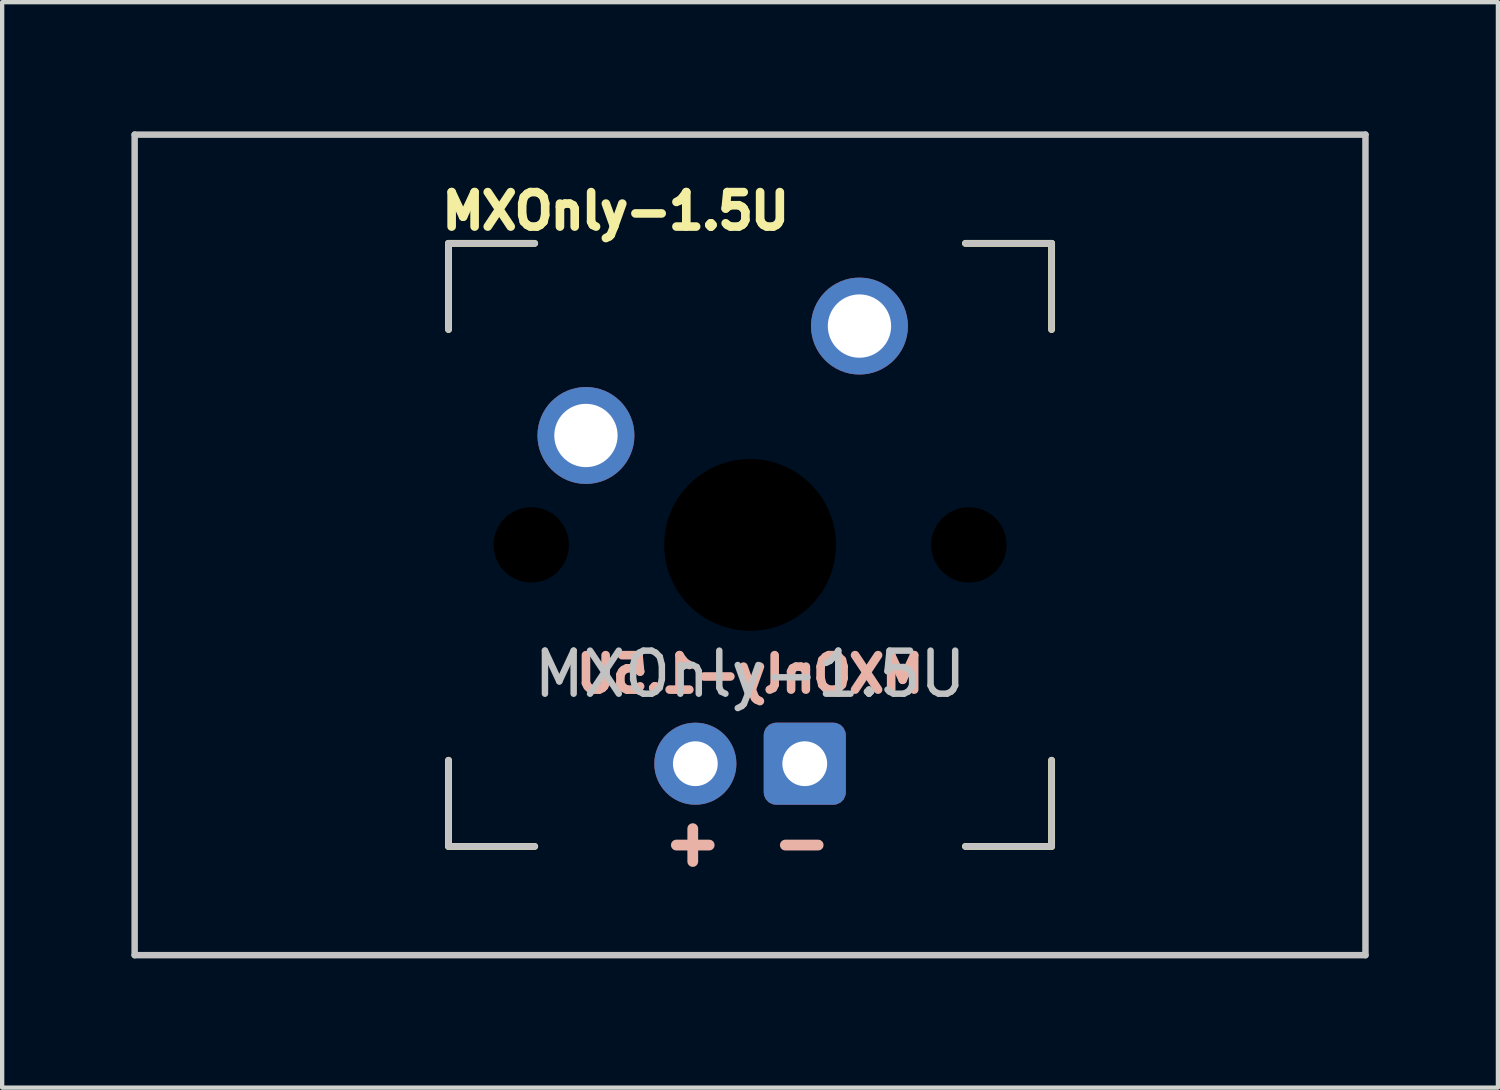
<source format=kicad_pcb>
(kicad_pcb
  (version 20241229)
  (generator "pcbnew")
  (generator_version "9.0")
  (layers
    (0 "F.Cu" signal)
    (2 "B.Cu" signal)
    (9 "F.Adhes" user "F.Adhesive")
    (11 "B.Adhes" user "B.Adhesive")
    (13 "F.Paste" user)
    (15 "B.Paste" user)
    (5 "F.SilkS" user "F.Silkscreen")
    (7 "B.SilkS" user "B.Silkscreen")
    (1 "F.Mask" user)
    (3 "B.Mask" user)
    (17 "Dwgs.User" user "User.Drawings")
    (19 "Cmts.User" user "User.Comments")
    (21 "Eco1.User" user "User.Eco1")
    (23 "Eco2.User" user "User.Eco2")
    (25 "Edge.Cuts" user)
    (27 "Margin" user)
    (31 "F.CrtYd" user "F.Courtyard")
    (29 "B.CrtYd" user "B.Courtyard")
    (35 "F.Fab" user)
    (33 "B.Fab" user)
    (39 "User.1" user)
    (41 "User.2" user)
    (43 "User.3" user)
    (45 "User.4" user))
  (footprint "MXOnly-1.5U"
    (layer "F.Cu")
    (at 14.363 9.6)
    (property "Reference" "MXOnly-1.5U" (at 0 3 0) (layer "Dwgs.User") (effects (font (size 1 1) (thickness 0.15))))
    (attr through_hole)
    (fp_line (start -7 -7) (end -5 -7) (stroke (width 0.16) (type solid)) (layer "F.SilkS"))
    (fp_line (start -7 -5) (end -7 -7) (stroke (width 0.16) (type solid)) (layer "F.SilkS"))
    (fp_line (start -7 5) (end -7 7) (stroke (width 0.16) (type solid)) (layer "F.SilkS"))
    (fp_line (start -7 7) (end -5 7) (stroke (width 0.16) (type solid)) (layer "F.SilkS"))
    (fp_line (start 5 -7) (end 7 -7) (stroke (width 0.16) (type solid)) (layer "F.SilkS"))
    (fp_line (start 5 7) (end 7 7) (stroke (width 0.16) (type solid)) (layer "F.SilkS"))
    (fp_line (start 7 -7) (end 7 -5) (stroke (width 0.16) (type solid)) (layer "F.SilkS"))
    (fp_line (start 7 7) (end 7 5) (stroke (width 0.16) (type solid)) (layer "F.SilkS"))
    (fp_line (start -14.287 -9.525) (end 14.287 -9.525) (stroke (width 0.15) (type solid)) (layer "Dwgs.User"))
    (fp_line (start -14.287 9.525) (end -14.287 -9.525) (stroke (width 0.15) (type solid)) (layer "Dwgs.User"))
    (fp_line (start -14.287 9.525) (end 14.287 9.525) (stroke (width 0.15) (type solid)) (layer "Dwgs.User"))
    (fp_line (start -7 -7) (end -7 -5) (stroke (width 0.15) (type solid)) (layer "Dwgs.User"))
    (fp_line (start -7 5) (end -7 7) (stroke (width 0.15) (type solid)) (layer "Dwgs.User"))
    (fp_line (start -7 7) (end -5 7) (stroke (width 0.15) (type solid)) (layer "Dwgs.User"))
    (fp_line (start -5 -7) (end -7 -7) (stroke (width 0.15) (type solid)) (layer "Dwgs.User"))
    (fp_line (start 5 -7) (end 7 -7) (stroke (width 0.15) (type solid)) (layer "Dwgs.User"))
    (fp_line (start 5 7) (end 7 7) (stroke (width 0.15) (type solid)) (layer "Dwgs.User"))
    (fp_line (start 7 -7) (end 7 -5) (stroke (width 0.15) (type solid)) (layer "Dwgs.User"))
    (fp_line (start 7 7) (end 7 5) (stroke (width 0.15) (type solid)) (layer "Dwgs.User"))
    (fp_line (start 14.287 -9.525) (end 14.287 9.525) (stroke (width 0.15) (type solid)) (layer "Dwgs.User"))
    (fp_text user "${REFERENCE}" (at -7.25 -7.75 0) (layer "F.SilkS") (effects (font (size 0.8 0.8) (thickness 0.2)) (justify left)))
    (fp_text user "-" (at 1.2 6.9 0) (layer "B.SilkS") (effects (font (size 1 1) (thickness 0.25)) (justify mirror)))
    (fp_text user "+" (at -1.33 6.9 0) (layer "B.SilkS") (effects (font (size 1 1) (thickness 0.25)) (justify mirror)))
    (fp_text user "${REFERENCE}" (at 0 3 0) (layer "B.SilkS") (effects (font (size 0.8 0.8) (thickness 0.2)) (justify mirror)))
    (pad "" np_thru_hole circle (at -5.08 0 48.099) (size 1.75 1.75) (drill 1.75) (layers "*.Mask"))
    (pad "" np_thru_hole circle (at 0 0) (size 3.988 3.988) (drill 3.988) (layers "*.Mask"))
    (pad "" np_thru_hole circle (at 5.08 0 48.099) (size 1.75 1.75) (drill 1.75) (layers "*.Mask"))
    (pad "1" thru_hole circle (at -3.81 -2.54) (size 2.25 2.25) (drill 1.47) (layers "*.Cu" "B.Mask"))
    (pad "2" thru_hole circle (at 2.54 -5.08) (size 2.25 2.25) (drill 1.47) (layers "*.Cu" "B.Mask"))
    (pad "3" thru_hole circle (at -1.27 5.08) (size 1.905 1.905) (drill 1.04) (layers "*.Cu" "B.Mask"))
    (pad "4" thru_hole roundrect (at 1.27 5.08) (size 1.905 1.905) (drill 1.04) (layers "*.Cu" "B.Mask") (roundrect_rratio 0.15)))
  (gr_rect
    (start -3 -3)
    (end 31.725 22.2)
    (stroke (width 0.1) (type default))
    (fill no)
    (layer "Edge.Cuts")))
</source>
